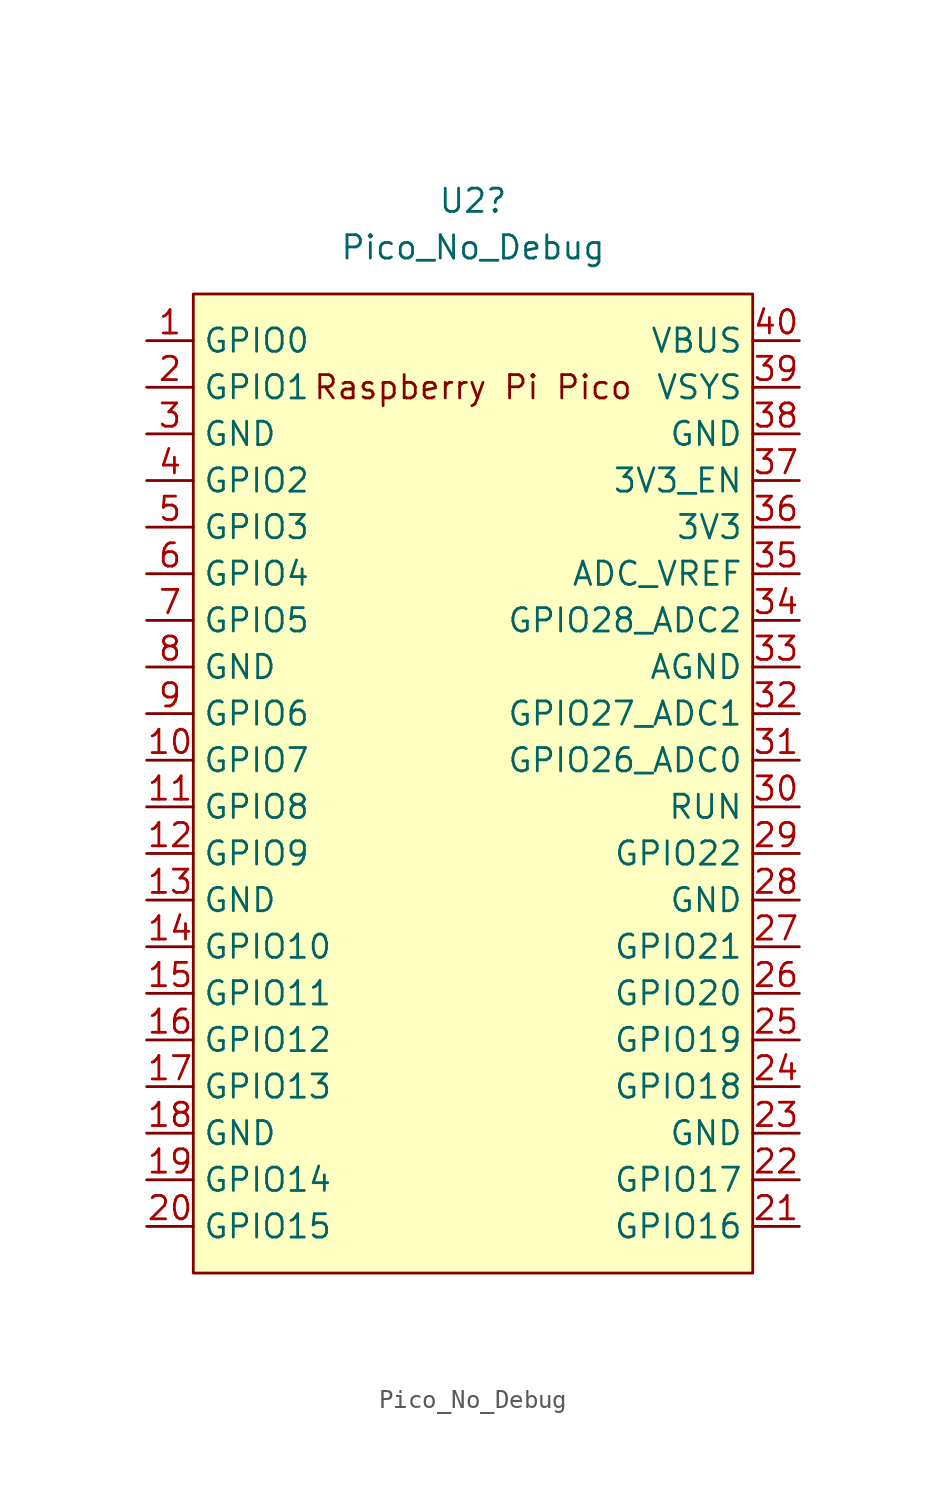
<source format=kicad_sym>
(kicad_symbol_lib
  (version 20220914)
  (generator kicad_symbol_editor)
  (symbol "Pico_No_Debug"
    (property "Reference" "U2"
      (at 0 31.75 0)
      (effects (font (size 1.27 1.27))))
    (property "Value" "Pico_No_Debug"
      (at 0 29.21 0)
      (effects (font (size 1.27 1.27))))
    (symbol "Pico_No_Debug_0_0"
      (text "Raspberry Pi Pico" (at 0 21.59 0) (effects (font (size 1.27 1.27)))))
    (symbol "Pico_No_Debug_0_1"
      (rectangle (start -15.24 26.67) (end 15.24 -26.67) (stroke (width 0) (type default)) (fill (type background))))
    (symbol "Pico_No_Debug_1_1"
      (pin bidirectional line (at -17.78 24.13 0) (length 2.54) (name "GPIO0" (effects (font (size 1.27 1.27)))) (number "1" (effects (font (size 1.27 1.27)))))
      (pin bidirectional line (at -17.78 1.27 0) (length 2.54) (name "GPIO7" (effects (font (size 1.27 1.27)))) (number "10" (effects (font (size 1.27 1.27)))))
      (pin bidirectional line (at -17.78 -1.27 0) (length 2.54) (name "GPIO8" (effects (font (size 1.27 1.27)))) (number "11" (effects (font (size 1.27 1.27)))))
      (pin bidirectional line (at -17.78 -3.81 0) (length 2.54) (name "GPIO9" (effects (font (size 1.27 1.27)))) (number "12" (effects (font (size 1.27 1.27)))))
      (pin power_in line (at -17.78 -6.35 0) (length 2.54) (name "GND" (effects (font (size 1.27 1.27)))) (number "13" (effects (font (size 1.27 1.27)))))
      (pin bidirectional line (at -17.78 -8.89 0) (length 2.54) (name "GPIO10" (effects (font (size 1.27 1.27)))) (number "14" (effects (font (size 1.27 1.27)))))
      (pin bidirectional line (at -17.78 -11.43 0) (length 2.54) (name "GPIO11" (effects (font (size 1.27 1.27)))) (number "15" (effects (font (size 1.27 1.27)))))
      (pin bidirectional line (at -17.78 -13.97 0) (length 2.54) (name "GPIO12" (effects (font (size 1.27 1.27)))) (number "16" (effects (font (size 1.27 1.27)))))
      (pin bidirectional line (at -17.78 -16.51 0) (length 2.54) (name "GPIO13" (effects (font (size 1.27 1.27)))) (number "17" (effects (font (size 1.27 1.27)))))
      (pin power_in line (at -17.78 -19.05 0) (length 2.54) (name "GND" (effects (font (size 1.27 1.27)))) (number "18" (effects (font (size 1.27 1.27)))))
      (pin bidirectional line (at -17.78 -21.59 0) (length 2.54) (name "GPIO14" (effects (font (size 1.27 1.27)))) (number "19" (effects (font (size 1.27 1.27)))))
      (pin bidirectional line (at -17.78 21.59 0) (length 2.54) (name "GPIO1" (effects (font (size 1.27 1.27)))) (number "2" (effects (font (size 1.27 1.27)))))
      (pin bidirectional line (at -17.78 -24.13 0) (length 2.54) (name "GPIO15" (effects (font (size 1.27 1.27)))) (number "20" (effects (font (size 1.27 1.27)))))
      (pin bidirectional line (at 17.78 -24.13 180) (length 2.54) (name "GPIO16" (effects (font (size 1.27 1.27)))) (number "21" (effects (font (size 1.27 1.27)))))
      (pin bidirectional line (at 17.78 -21.59 180) (length 2.54) (name "GPIO17" (effects (font (size 1.27 1.27)))) (number "22" (effects (font (size 1.27 1.27)))))
      (pin power_in line (at 17.78 -19.05 180) (length 2.54) (name "GND" (effects (font (size 1.27 1.27)))) (number "23" (effects (font (size 1.27 1.27)))))
      (pin bidirectional line (at 17.78 -16.51 180) (length 2.54) (name "GPIO18" (effects (font (size 1.27 1.27)))) (number "24" (effects (font (size 1.27 1.27)))))
      (pin bidirectional line (at 17.78 -13.97 180) (length 2.54) (name "GPIO19" (effects (font (size 1.27 1.27)))) (number "25" (effects (font (size 1.27 1.27)))))
      (pin bidirectional line (at 17.78 -11.43 180) (length 2.54) (name "GPIO20" (effects (font (size 1.27 1.27)))) (number "26" (effects (font (size 1.27 1.27)))))
      (pin bidirectional line (at 17.78 -8.89 180) (length 2.54) (name "GPIO21" (effects (font (size 1.27 1.27)))) (number "27" (effects (font (size 1.27 1.27)))))
      (pin power_in line (at 17.78 -6.35 180) (length 2.54) (name "GND" (effects (font (size 1.27 1.27)))) (number "28" (effects (font (size 1.27 1.27)))))
      (pin bidirectional line (at 17.78 -3.81 180) (length 2.54) (name "GPIO22" (effects (font (size 1.27 1.27)))) (number "29" (effects (font (size 1.27 1.27)))))
      (pin power_in line (at -17.78 19.05 0) (length 2.54) (name "GND" (effects (font (size 1.27 1.27)))) (number "3" (effects (font (size 1.27 1.27)))))
      (pin input line (at 17.78 -1.27 180) (length 2.54) (name "RUN" (effects (font (size 1.27 1.27)))) (number "30" (effects (font (size 1.27 1.27)))))
      (pin bidirectional line (at 17.78 1.27 180) (length 2.54) (name "GPIO26_ADC0" (effects (font (size 1.27 1.27)))) (number "31" (effects (font (size 1.27 1.27)))))
      (pin bidirectional line (at 17.78 3.81 180) (length 2.54) (name "GPIO27_ADC1" (effects (font (size 1.27 1.27)))) (number "32" (effects (font (size 1.27 1.27)))))
      (pin power_in line (at 17.78 6.35 180) (length 2.54) (name "AGND" (effects (font (size 1.27 1.27)))) (number "33" (effects (font (size 1.27 1.27)))))
      (pin bidirectional line (at 17.78 8.89 180) (length 2.54) (name "GPIO28_ADC2" (effects (font (size 1.27 1.27)))) (number "34" (effects (font (size 1.27 1.27)))))
      (pin power_in line (at 17.78 11.43 180) (length 2.54) (name "ADC_VREF" (effects (font (size 1.27 1.27)))) (number "35" (effects (font (size 1.27 1.27)))))
      (pin power_in line (at 17.78 13.97 180) (length 2.54) (name "3V3" (effects (font (size 1.27 1.27)))) (number "36" (effects (font (size 1.27 1.27)))))
      (pin input line (at 17.78 16.51 180) (length 2.54) (name "3V3_EN" (effects (font (size 1.27 1.27)))) (number "37" (effects (font (size 1.27 1.27)))))
      (pin bidirectional line (at 17.78 19.05 180) (length 2.54) (name "GND" (effects (font (size 1.27 1.27)))) (number "38" (effects (font (size 1.27 1.27)))))
      (pin power_in line (at 17.78 21.59 180) (length 2.54) (name "VSYS" (effects (font (size 1.27 1.27)))) (number "39" (effects (font (size 1.27 1.27)))))
      (pin bidirectional line (at -17.78 16.51 0) (length 2.54) (name "GPIO2" (effects (font (size 1.27 1.27)))) (number "4" (effects (font (size 1.27 1.27)))))
      (pin power_in line (at 17.78 24.13 180) (length 2.54) (name "VBUS" (effects (font (size 1.27 1.27)))) (number "40" (effects (font (size 1.27 1.27)))))
      (pin bidirectional line (at -17.78 13.97 0) (length 2.54) (name "GPIO3" (effects (font (size 1.27 1.27)))) (number "5" (effects (font (size 1.27 1.27)))))
      (pin bidirectional line (at -17.78 11.43 0) (length 2.54) (name "GPIO4" (effects (font (size 1.27 1.27)))) (number "6" (effects (font (size 1.27 1.27)))))
      (pin bidirectional line (at -17.78 8.89 0) (length 2.54) (name "GPIO5" (effects (font (size 1.27 1.27)))) (number "7" (effects (font (size 1.27 1.27)))))
      (pin power_in line (at -17.78 6.35 0) (length 2.54) (name "GND" (effects (font (size 1.27 1.27)))) (number "8" (effects (font (size 1.27 1.27)))))
      (pin bidirectional line (at -17.78 3.81 0) (length 2.54) (name "GPIO6" (effects (font (size 1.27 1.27)))) (number "9" (effects (font (size 1.27 1.27))))))))
</source>
